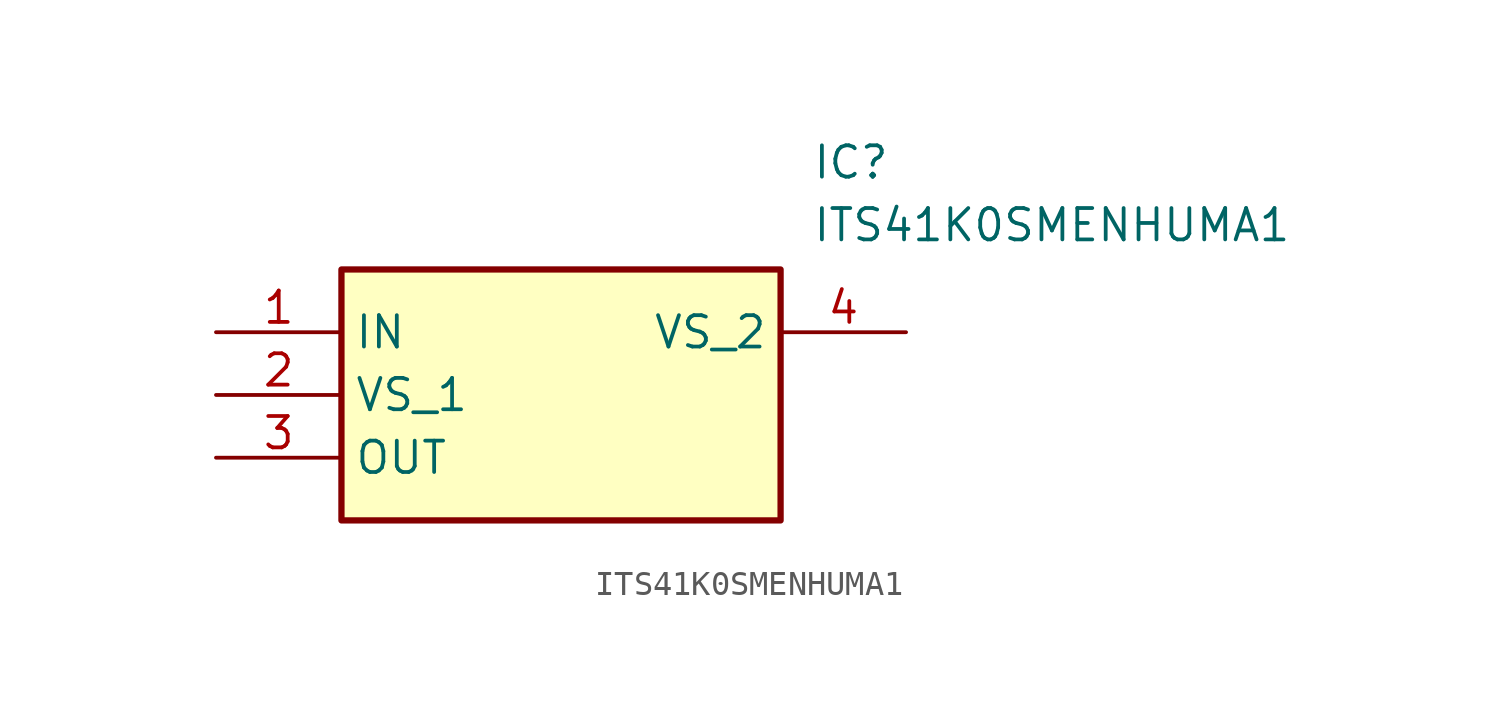
<source format=kicad_sym>
(kicad_symbol_lib
  (version 20211014)
  (generator SamacSys_ECAD_Model)
  (symbol "ITS41K0SMENHUMA1"
    (property "Reference" "IC"
      (at 24.13 7.62 0)
      (effects (font (size 1.27 1.27)) (justify left top)))
    (property "Value" "ITS41K0SMENHUMA1"
      (at 24.13 5.08 0)
      (effects (font (size 1.27 1.27)) (justify left top)))
    (rectangle
      (start 5.08 2.54)
      (end 22.86 -7.62)
      (stroke (width 0.254) (type default))
      (fill (type background)))
    (pin passive line
      (at 0 0 0)
      (length 5.08)
      (name "IN" (effects (font (size 1.27 1.27))))
      (number "1" (effects (font (size 1.27 1.27)))))
    (pin passive line
      (at 0 -2.54 0)
      (length 5.08)
      (name "VS_1" (effects (font (size 1.27 1.27))))
      (number "2" (effects (font (size 1.27 1.27)))))
    (pin passive line
      (at 0 -5.08 0)
      (length 5.08)
      (name "OUT" (effects (font (size 1.27 1.27))))
      (number "3" (effects (font (size 1.27 1.27)))))
    (pin passive line
      (at 27.94 0 180)
      (length 5.08)
      (name "VS_2" (effects (font (size 1.27 1.27))))
      (number "4" (effects (font (size 1.27 1.27)))))))
</source>
